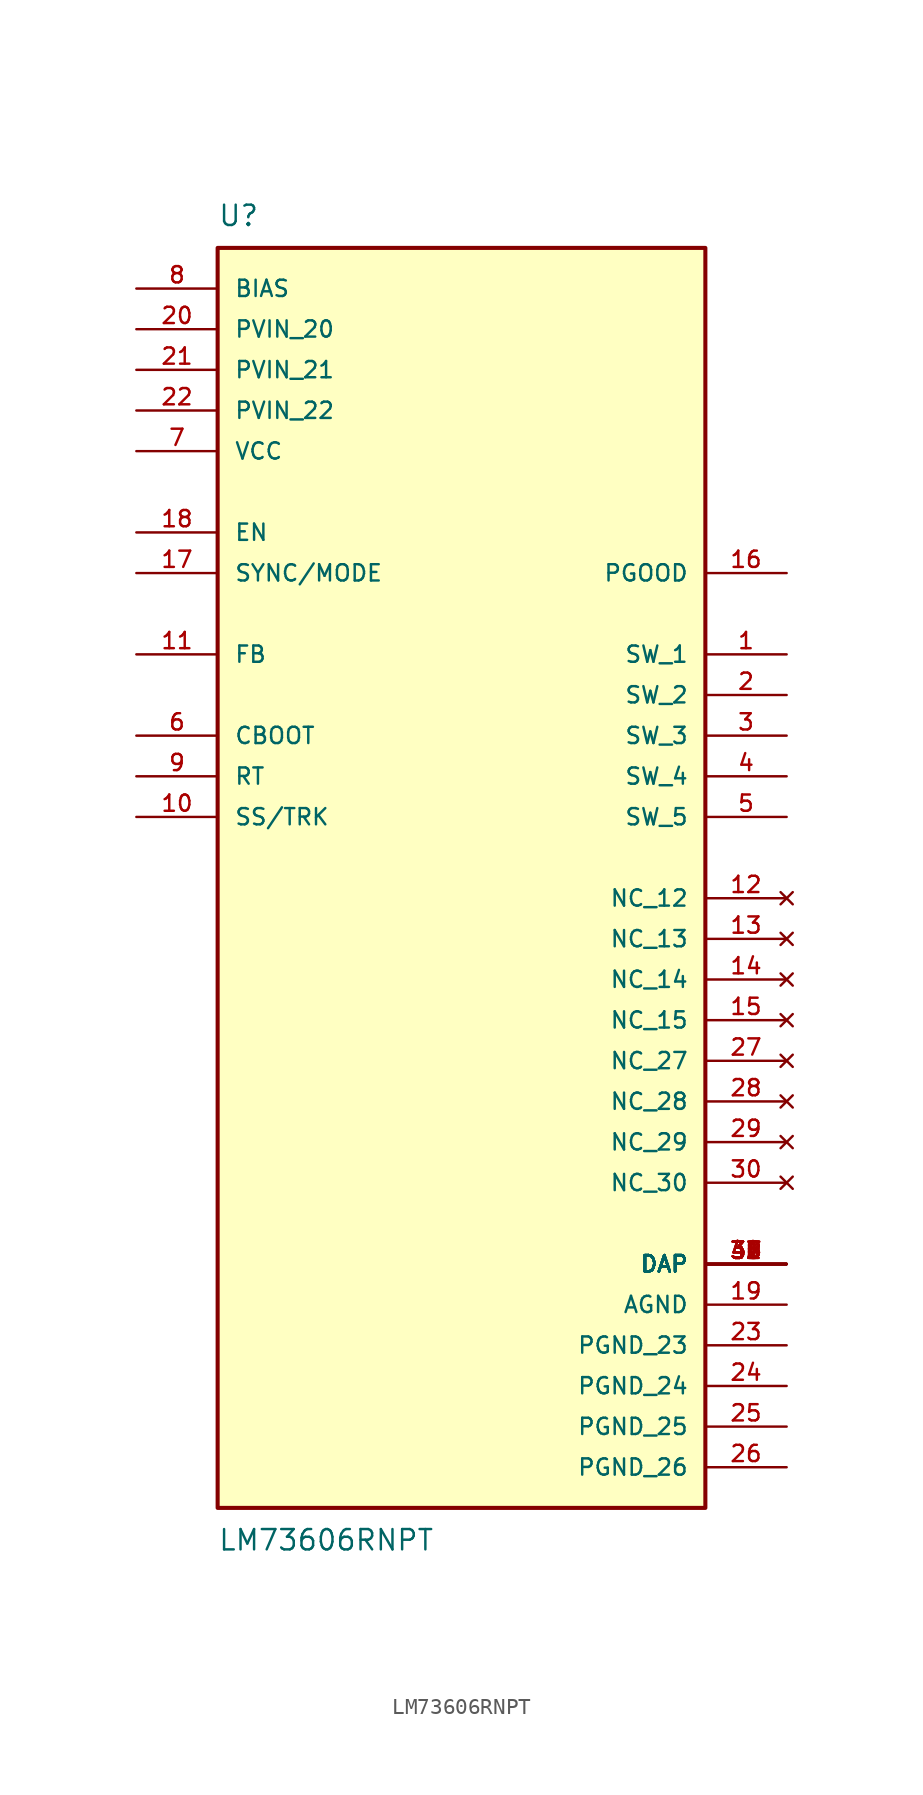
<source format=kicad_sym>
(kicad_symbol_lib
  (version 20211014)
  (generator kicad_symbol_editor)
  (symbol "LM73606RNPT"
    (pin_names
      (offset 1.016))
    (property "Reference" "U"
      (at -15.24 39.37 0)
      (effects (font (size 1.27 1.27)) (justify bottom left)))
    (property "Value" "LM73606RNPT"
      (at -15.24 -41.91 0)
      (effects (font (size 1.27 1.27)) (justify top left)))
    (symbol "LM73606RNPT_0_0"
      (rectangle (start -15.24 -40.64) (end 15.24 38.1) (stroke (width 0.254)) (fill (type background)))
      (pin output line (at 20.32 12.7 180.0) (length 5.08) (name "SW_1" (effects (font (size 1.016 1.016)))) (number "1" (effects (font (size 1.016 1.016)))))
      (pin power_in line (at -20.32 25.4 0) (length 5.08) (name "VCC" (effects (font (size 1.016 1.016)))) (number "7" (effects (font (size 1.016 1.016)))))
      (pin power_in line (at -20.32 35.56 0) (length 5.08) (name "BIAS" (effects (font (size 1.016 1.016)))) (number "8" (effects (font (size 1.016 1.016)))))
      (pin passive line (at -20.32 5.08 0) (length 5.08) (name "RT" (effects (font (size 1.016 1.016)))) (number "9" (effects (font (size 1.016 1.016)))))
      (pin passive line (at -20.32 2.54 0) (length 5.08) (name "SS/TRK" (effects (font (size 1.016 1.016)))) (number "10" (effects (font (size 1.016 1.016)))))
      (pin input line (at -20.32 12.7 0) (length 5.08) (name "FB" (effects (font (size 1.016 1.016)))) (number "11" (effects (font (size 1.016 1.016)))))
      (pin output line (at 20.32 10.16 180.0) (length 5.08) (name "SW_2" (effects (font (size 1.016 1.016)))) (number "2" (effects (font (size 1.016 1.016)))))
      (pin output line (at 20.32 7.62 180.0) (length 5.08) (name "SW_3" (effects (font (size 1.016 1.016)))) (number "3" (effects (font (size 1.016 1.016)))))
      (pin output line (at 20.32 5.08 180.0) (length 5.08) (name "SW_4" (effects (font (size 1.016 1.016)))) (number "4" (effects (font (size 1.016 1.016)))))
      (pin output line (at 20.32 2.54 180.0) (length 5.08) (name "SW_5" (effects (font (size 1.016 1.016)))) (number "5" (effects (font (size 1.016 1.016)))))
      (pin passive line (at -20.32 7.62 0) (length 5.08) (name "CBOOT" (effects (font (size 1.016 1.016)))) (number "6" (effects (font (size 1.016 1.016)))))
      (pin output line (at 20.32 17.78 180.0) (length 5.08) (name "PGOOD" (effects (font (size 1.016 1.016)))) (number "16" (effects (font (size 1.016 1.016)))))
      (pin input line (at -20.32 17.78 0) (length 5.08) (name "SYNC/MODE" (effects (font (size 1.016 1.016)))) (number "17" (effects (font (size 1.016 1.016)))))
      (pin input line (at -20.32 20.32 0) (length 5.08) (name "EN" (effects (font (size 1.016 1.016)))) (number "18" (effects (font (size 1.016 1.016)))))
      (pin power_in line (at 20.32 -27.94 180.0) (length 5.08) (name "AGND" (effects (font (size 1.016 1.016)))) (number "19" (effects (font (size 1.016 1.016)))))
      (pin power_in line (at 20.32 -25.4 180.0) (length 5.08) (name "DAP" (effects (font (size 1.016 1.016)))) (number "31" (effects (font (size 1.016 1.016)))))
      (pin power_in line (at 20.32 -25.4 180.0) (length 5.08) (name "DAP" (effects (font (size 1.016 1.016)))) (number "32" (effects (font (size 1.016 1.016)))))
      (pin power_in line (at 20.32 -25.4 180.0) (length 5.08) (name "DAP" (effects (font (size 1.016 1.016)))) (number "33" (effects (font (size 1.016 1.016)))))
      (pin power_in line (at 20.32 -25.4 180.0) (length 5.08) (name "DAP" (effects (font (size 1.016 1.016)))) (number "34" (effects (font (size 1.016 1.016)))))
      (pin power_in line (at 20.32 -25.4 180.0) (length 5.08) (name "DAP" (effects (font (size 1.016 1.016)))) (number "35" (effects (font (size 1.016 1.016)))))
      (pin power_in line (at 20.32 -25.4 180.0) (length 5.08) (name "DAP" (effects (font (size 1.016 1.016)))) (number "36" (effects (font (size 1.016 1.016)))))
      (pin power_in line (at 20.32 -25.4 180.0) (length 5.08) (name "DAP" (effects (font (size 1.016 1.016)))) (number "37" (effects (font (size 1.016 1.016)))))
      (pin power_in line (at 20.32 -25.4 180.0) (length 5.08) (name "DAP" (effects (font (size 1.016 1.016)))) (number "38" (effects (font (size 1.016 1.016)))))
      (pin power_in line (at 20.32 -25.4 180.0) (length 5.08) (name "DAP" (effects (font (size 1.016 1.016)))) (number "39" (effects (font (size 1.016 1.016)))))
      (pin power_in line (at 20.32 -25.4 180.0) (length 5.08) (name "DAP" (effects (font (size 1.016 1.016)))) (number "40" (effects (font (size 1.016 1.016)))))
      (pin power_in line (at 20.32 -25.4 180.0) (length 5.08) (name "DAP" (effects (font (size 1.016 1.016)))) (number "41" (effects (font (size 1.016 1.016)))))
      (pin power_in line (at 20.32 -25.4 180.0) (length 5.08) (name "DAP" (effects (font (size 1.016 1.016)))) (number "42" (effects (font (size 1.016 1.016)))))
      (pin power_in line (at -20.32 33.02 0) (length 5.08) (name "PVIN_20" (effects (font (size 1.016 1.016)))) (number "20" (effects (font (size 1.016 1.016)))))
      (pin power_in line (at -20.32 30.48 0) (length 5.08) (name "PVIN_21" (effects (font (size 1.016 1.016)))) (number "21" (effects (font (size 1.016 1.016)))))
      (pin power_in line (at -20.32 27.94 0) (length 5.08) (name "PVIN_22" (effects (font (size 1.016 1.016)))) (number "22" (effects (font (size 1.016 1.016)))))
      (pin power_in line (at 20.32 -30.48 180.0) (length 5.08) (name "PGND_23" (effects (font (size 1.016 1.016)))) (number "23" (effects (font (size 1.016 1.016)))))
      (pin power_in line (at 20.32 -33.02 180.0) (length 5.08) (name "PGND_24" (effects (font (size 1.016 1.016)))) (number "24" (effects (font (size 1.016 1.016)))))
      (pin power_in line (at 20.32 -35.56 180.0) (length 5.08) (name "PGND_25" (effects (font (size 1.016 1.016)))) (number "25" (effects (font (size 1.016 1.016)))))
      (pin power_in line (at 20.32 -38.1 180.0) (length 5.08) (name "PGND_26" (effects (font (size 1.016 1.016)))) (number "26" (effects (font (size 1.016 1.016)))))
      (pin no_connect line (at 20.32 -2.54 180.0) (length 5.08) (name "NC_12" (effects (font (size 1.016 1.016)))) (number "12" (effects (font (size 1.016 1.016)))))
      (pin no_connect line (at 20.32 -5.08 180.0) (length 5.08) (name "NC_13" (effects (font (size 1.016 1.016)))) (number "13" (effects (font (size 1.016 1.016)))))
      (pin no_connect line (at 20.32 -7.62 180.0) (length 5.08) (name "NC_14" (effects (font (size 1.016 1.016)))) (number "14" (effects (font (size 1.016 1.016)))))
      (pin no_connect line (at 20.32 -10.16 180.0) (length 5.08) (name "NC_15" (effects (font (size 1.016 1.016)))) (number "15" (effects (font (size 1.016 1.016)))))
      (pin no_connect line (at 20.32 -12.7 180.0) (length 5.08) (name "NC_27" (effects (font (size 1.016 1.016)))) (number "27" (effects (font (size 1.016 1.016)))))
      (pin no_connect line (at 20.32 -15.24 180.0) (length 5.08) (name "NC_28" (effects (font (size 1.016 1.016)))) (number "28" (effects (font (size 1.016 1.016)))))
      (pin no_connect line (at 20.32 -17.78 180.0) (length 5.08) (name "NC_29" (effects (font (size 1.016 1.016)))) (number "29" (effects (font (size 1.016 1.016)))))
      (pin no_connect line (at 20.32 -20.32 180.0) (length 5.08) (name "NC_30" (effects (font (size 1.016 1.016)))) (number "30" (effects (font (size 1.016 1.016))))))))
</source>
